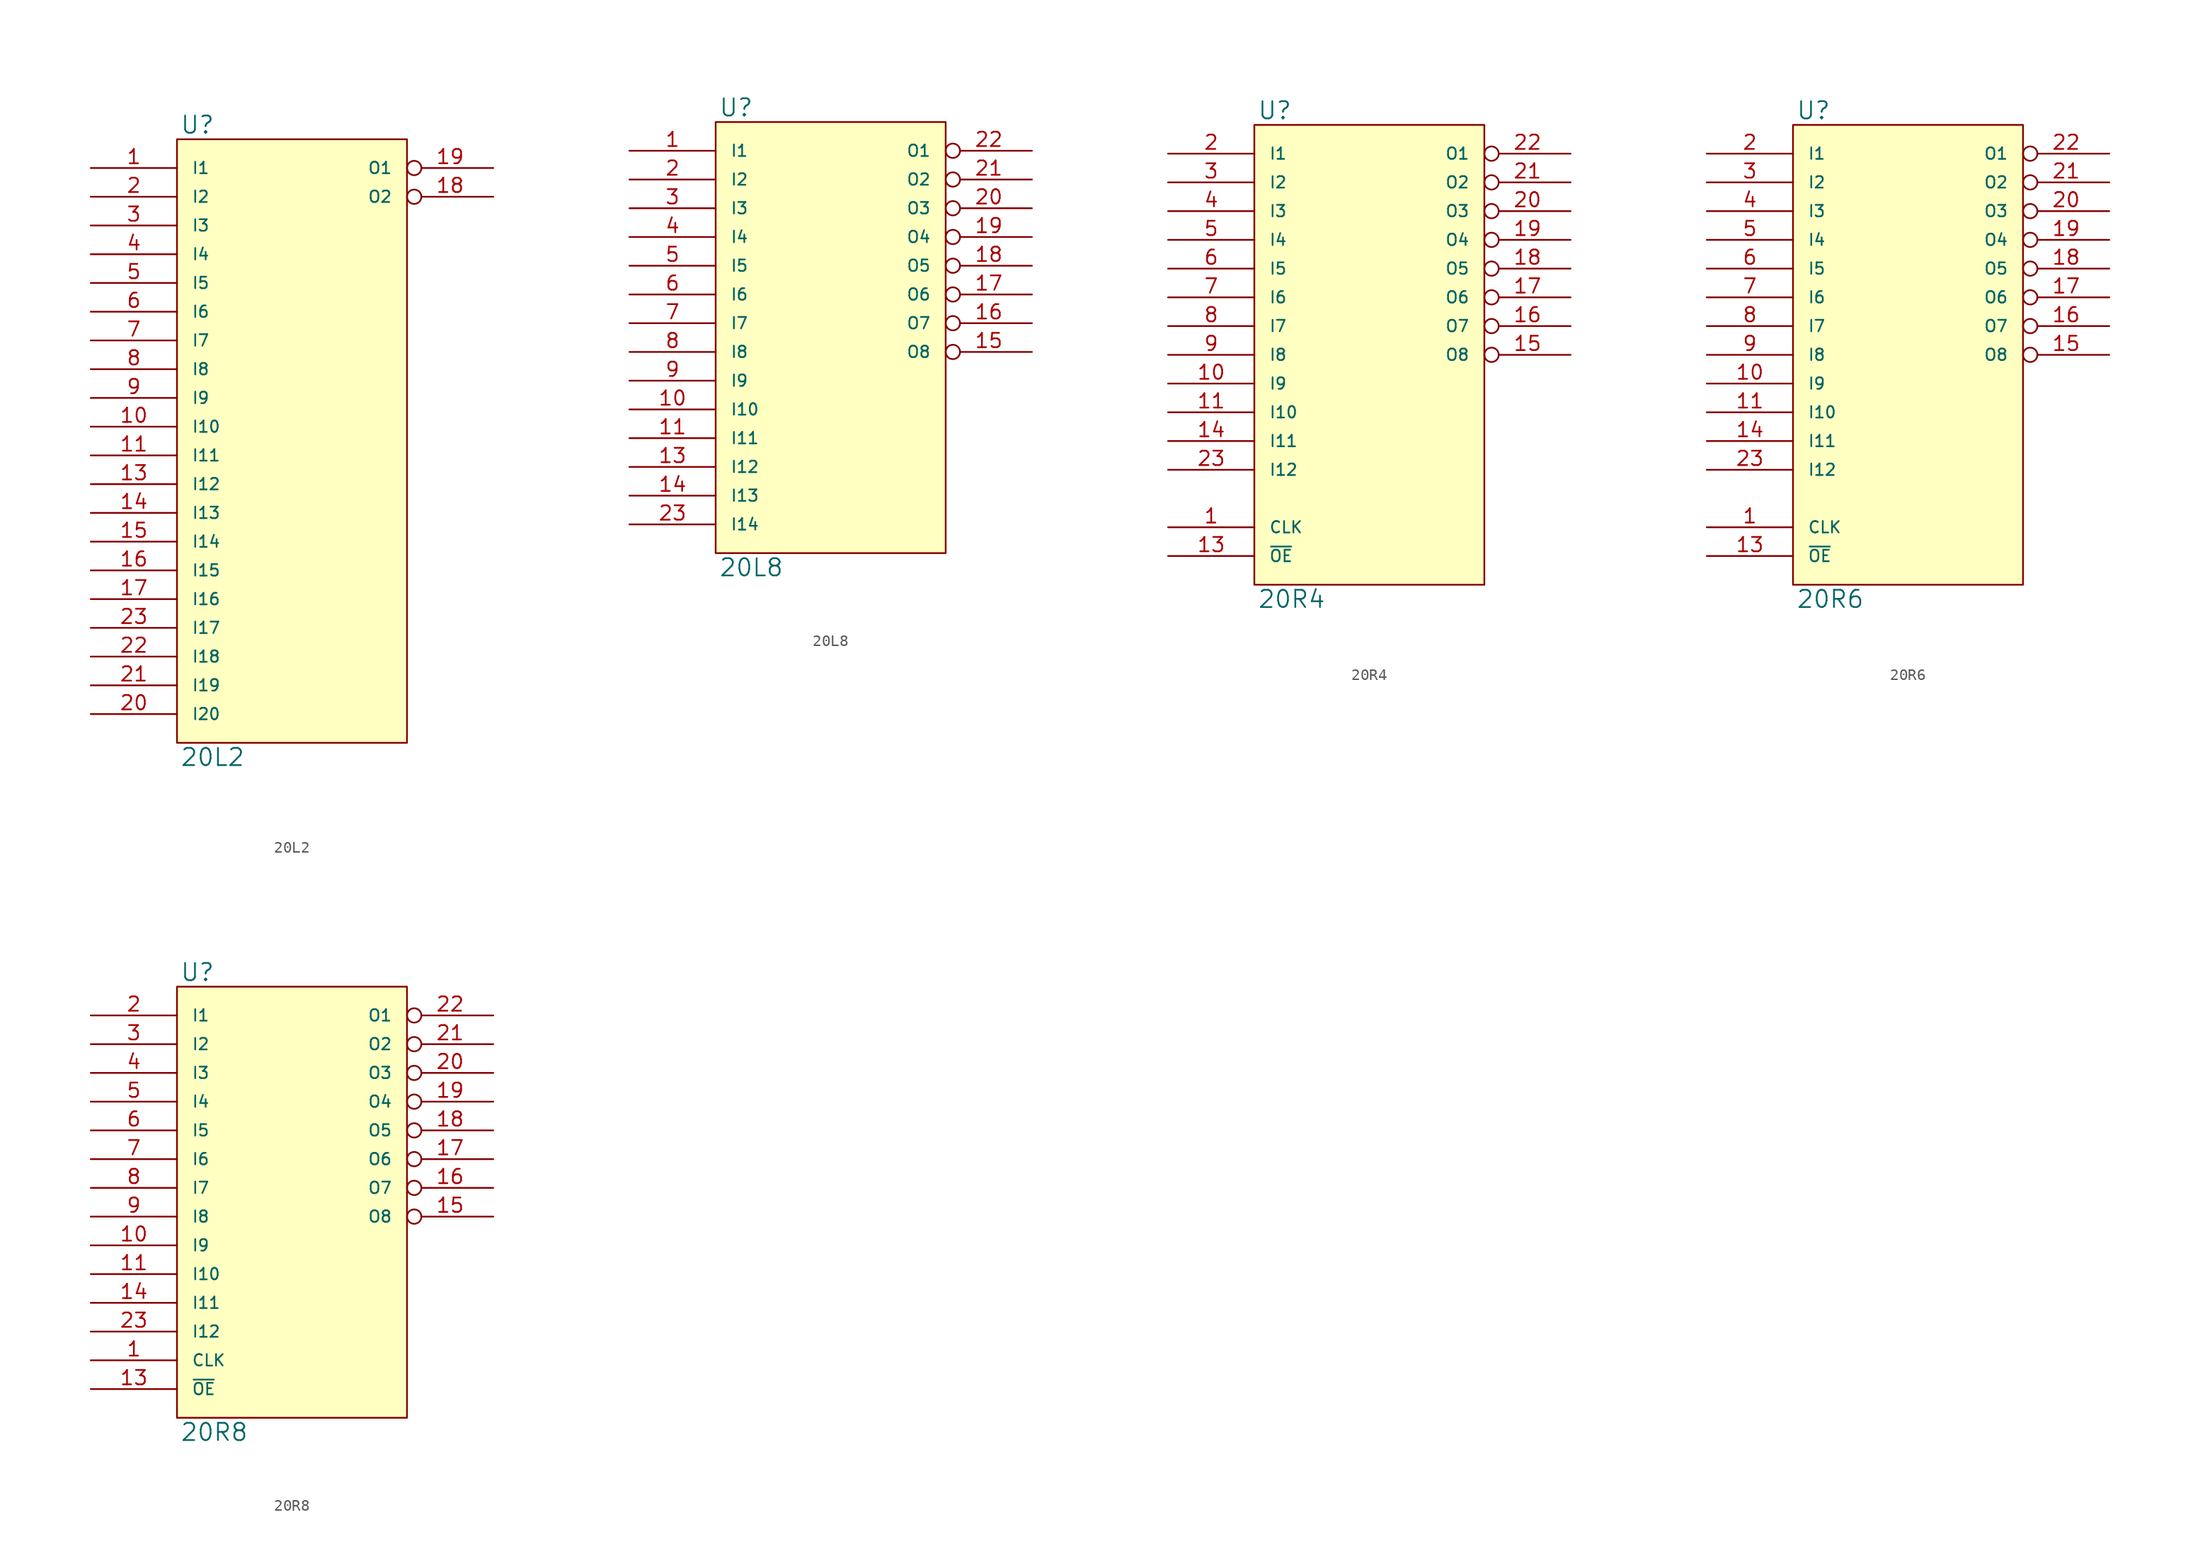
<source format=kicad_sym>
(kicad_symbol_lib
  (version 20231120)
  (generator "kicad_symbol_editor")
  (generator_version "8.0")
  (symbol "20L2"
    (pin_names
      (offset 1.27))
    (property "Reference" "U"
      (at 0.254 0.381 0)
      (effects (font (size 1.524 1.524)) (justify left bottom)))
    (property "Value" "20L2"
      (at 0.254 -53.721 0)
      (effects (font (size 1.524 1.524)) (justify left top)))
    (symbol "20L2_0_1"
      (rectangle (start 0 0) (end 20.32 -53.34) (stroke (width 0) (type solid)) (fill (type background))))
    (symbol "20L2_1_1"
      (pin input line (at -7.62 -2.54 0) (length 7.62) (name "I1" (effects (font (size 1.016 1.016)))) (number "1" (effects (font (size 1.27 1.27)))))
      (pin input line (at -7.62 -25.4 0) (length 7.62) (name "I10" (effects (font (size 1.016 1.016)))) (number "10" (effects (font (size 1.27 1.27)))))
      (pin input line (at -7.62 -27.94 0) (length 7.62) (name "I11" (effects (font (size 1.016 1.016)))) (number "11" (effects (font (size 1.27 1.27)))))
      (pin power_in line (at 0 -53.34 90) (length 0) hide (name "GND" (effects (font (size 1.016 1.016)))) (number "12" (effects (font (size 1.27 1.27)))))
      (pin input line (at -7.62 -30.48 0) (length 7.62) (name "I12" (effects (font (size 1.016 1.016)))) (number "13" (effects (font (size 1.27 1.27)))))
      (pin input line (at -7.62 -33.02 0) (length 7.62) (name "I13" (effects (font (size 1.016 1.016)))) (number "14" (effects (font (size 1.27 1.27)))))
      (pin input line (at -7.62 -35.56 0) (length 7.62) (name "I14" (effects (font (size 1.016 1.016)))) (number "15" (effects (font (size 1.27 1.27)))))
      (pin input line (at -7.62 -38.1 0) (length 7.62) (name "I15" (effects (font (size 1.016 1.016)))) (number "16" (effects (font (size 1.27 1.27)))))
      (pin input line (at -7.62 -40.64 0) (length 7.62) (name "I16" (effects (font (size 1.016 1.016)))) (number "17" (effects (font (size 1.27 1.27)))))
      (pin output inverted (at 27.94 -5.08 180) (length 7.62) (name "O2" (effects (font (size 1.016 1.016)))) (number "18" (effects (font (size 1.27 1.27)))))
      (pin output inverted (at 27.94 -2.54 180) (length 7.62) (name "O1" (effects (font (size 1.016 1.016)))) (number "19" (effects (font (size 1.27 1.27)))))
      (pin input line (at -7.62 -5.08 0) (length 7.62) (name "I2" (effects (font (size 1.016 1.016)))) (number "2" (effects (font (size 1.27 1.27)))))
      (pin input line (at -7.62 -50.8 0) (length 7.62) (name "I20" (effects (font (size 1.016 1.016)))) (number "20" (effects (font (size 1.27 1.27)))))
      (pin input line (at -7.62 -48.26 0) (length 7.62) (name "I19" (effects (font (size 1.016 1.016)))) (number "21" (effects (font (size 1.27 1.27)))))
      (pin input line (at -7.62 -45.72 0) (length 7.62) (name "I18" (effects (font (size 1.016 1.016)))) (number "22" (effects (font (size 1.27 1.27)))))
      (pin input line (at -7.62 -43.18 0) (length 7.62) (name "I17" (effects (font (size 1.016 1.016)))) (number "23" (effects (font (size 1.27 1.27)))))
      (pin power_in line (at 0 0 270) (length 0) hide (name "VCC" (effects (font (size 1.016 1.016)))) (number "24" (effects (font (size 1.27 1.27)))))
      (pin input line (at -7.62 -7.62 0) (length 7.62) (name "I3" (effects (font (size 1.016 1.016)))) (number "3" (effects (font (size 1.27 1.27)))))
      (pin input line (at -7.62 -10.16 0) (length 7.62) (name "I4" (effects (font (size 1.016 1.016)))) (number "4" (effects (font (size 1.27 1.27)))))
      (pin input line (at -7.62 -12.7 0) (length 7.62) (name "I5" (effects (font (size 1.016 1.016)))) (number "5" (effects (font (size 1.27 1.27)))))
      (pin input line (at -7.62 -15.24 0) (length 7.62) (name "I6" (effects (font (size 1.016 1.016)))) (number "6" (effects (font (size 1.27 1.27)))))
      (pin input line (at -7.62 -17.78 0) (length 7.62) (name "I7" (effects (font (size 1.016 1.016)))) (number "7" (effects (font (size 1.27 1.27)))))
      (pin input line (at -7.62 -20.32 0) (length 7.62) (name "I8" (effects (font (size 1.016 1.016)))) (number "8" (effects (font (size 1.27 1.27)))))
      (pin input line (at -7.62 -22.86 0) (length 7.62) (name "I9" (effects (font (size 1.016 1.016)))) (number "9" (effects (font (size 1.27 1.27)))))))
  (symbol "20L8"
    (pin_names
      (offset 1.27))
    (property "Reference" "U"
      (at 0.254 0.381 0)
      (effects (font (size 1.524 1.524)) (justify left bottom)))
    (property "Value" "20L8"
      (at 0.254 -38.481 0)
      (effects (font (size 1.524 1.524)) (justify left top)))
    (symbol "20L8_0_1"
      (rectangle (start 0 0) (end 20.32 -38.1) (stroke (width 0) (type solid)) (fill (type background))))
    (symbol "20L8_1_1"
      (pin input line (at -7.62 -2.54 0) (length 7.62) (name "I1" (effects (font (size 1.016 1.016)))) (number "1" (effects (font (size 1.27 1.27)))))
      (pin input line (at -7.62 -25.4 0) (length 7.62) (name "I10" (effects (font (size 1.016 1.016)))) (number "10" (effects (font (size 1.27 1.27)))))
      (pin input line (at -7.62 -27.94 0) (length 7.62) (name "I11" (effects (font (size 1.016 1.016)))) (number "11" (effects (font (size 1.27 1.27)))))
      (pin power_in line (at 0 -38.1 90) (length 0) hide (name "GND" (effects (font (size 1.016 1.016)))) (number "12" (effects (font (size 1.27 1.27)))))
      (pin input line (at -7.62 -30.48 0) (length 7.62) (name "I12" (effects (font (size 1.016 1.016)))) (number "13" (effects (font (size 1.27 1.27)))))
      (pin input line (at -7.62 -33.02 0) (length 7.62) (name "I13" (effects (font (size 1.016 1.016)))) (number "14" (effects (font (size 1.27 1.27)))))
      (pin output inverted (at 27.94 -20.32 180) (length 7.62) (name "O8" (effects (font (size 1.016 1.016)))) (number "15" (effects (font (size 1.27 1.27)))))
      (pin bidirectional inverted (at 27.94 -17.78 180) (length 7.62) (name "O7" (effects (font (size 1.016 1.016)))) (number "16" (effects (font (size 1.27 1.27)))))
      (pin bidirectional inverted (at 27.94 -15.24 180) (length 7.62) (name "O6" (effects (font (size 1.016 1.016)))) (number "17" (effects (font (size 1.27 1.27)))))
      (pin bidirectional inverted (at 27.94 -12.7 180) (length 7.62) (name "O5" (effects (font (size 1.016 1.016)))) (number "18" (effects (font (size 1.27 1.27)))))
      (pin bidirectional inverted (at 27.94 -10.16 180) (length 7.62) (name "O4" (effects (font (size 1.016 1.016)))) (number "19" (effects (font (size 1.27 1.27)))))
      (pin input line (at -7.62 -5.08 0) (length 7.62) (name "I2" (effects (font (size 1.016 1.016)))) (number "2" (effects (font (size 1.27 1.27)))))
      (pin bidirectional inverted (at 27.94 -7.62 180) (length 7.62) (name "O3" (effects (font (size 1.016 1.016)))) (number "20" (effects (font (size 1.27 1.27)))))
      (pin bidirectional inverted (at 27.94 -5.08 180) (length 7.62) (name "O2" (effects (font (size 1.016 1.016)))) (number "21" (effects (font (size 1.27 1.27)))))
      (pin output inverted (at 27.94 -2.54 180) (length 7.62) (name "O1" (effects (font (size 1.016 1.016)))) (number "22" (effects (font (size 1.27 1.27)))))
      (pin input line (at -7.62 -35.56 0) (length 7.62) (name "I14" (effects (font (size 1.016 1.016)))) (number "23" (effects (font (size 1.27 1.27)))))
      (pin power_in line (at 0 0 270) (length 0) hide (name "VCC" (effects (font (size 1.016 1.016)))) (number "24" (effects (font (size 1.27 1.27)))))
      (pin input line (at -7.62 -7.62 0) (length 7.62) (name "I3" (effects (font (size 1.016 1.016)))) (number "3" (effects (font (size 1.27 1.27)))))
      (pin input line (at -7.62 -10.16 0) (length 7.62) (name "I4" (effects (font (size 1.016 1.016)))) (number "4" (effects (font (size 1.27 1.27)))))
      (pin input line (at -7.62 -12.7 0) (length 7.62) (name "I5" (effects (font (size 1.016 1.016)))) (number "5" (effects (font (size 1.27 1.27)))))
      (pin input line (at -7.62 -15.24 0) (length 7.62) (name "I6" (effects (font (size 1.016 1.016)))) (number "6" (effects (font (size 1.27 1.27)))))
      (pin input line (at -7.62 -17.78 0) (length 7.62) (name "I7" (effects (font (size 1.016 1.016)))) (number "7" (effects (font (size 1.27 1.27)))))
      (pin input line (at -7.62 -20.32 0) (length 7.62) (name "I8" (effects (font (size 1.016 1.016)))) (number "8" (effects (font (size 1.27 1.27)))))
      (pin input line (at -7.62 -22.86 0) (length 7.62) (name "I9" (effects (font (size 1.016 1.016)))) (number "9" (effects (font (size 1.27 1.27)))))))
  (symbol "20R4"
    (pin_names
      (offset 1.27))
    (property "Reference" "U"
      (at 0.254 0.381 0)
      (effects (font (size 1.524 1.524)) (justify left bottom)))
    (property "Value" "20R4"
      (at 0.254 -41.021 0)
      (effects (font (size 1.524 1.524)) (justify left top)))
    (symbol "20R4_0_1"
      (rectangle (start 0 0) (end 20.32 -40.64) (stroke (width 0) (type solid)) (fill (type background))))
    (symbol "20R4_1_1"
      (pin input line (at -7.62 -35.56 0) (length 7.62) (name "CLK" (effects (font (size 1.016 1.016)))) (number "1" (effects (font (size 1.27 1.27)))))
      (pin input line (at -7.62 -22.86 0) (length 7.62) (name "I9" (effects (font (size 1.016 1.016)))) (number "10" (effects (font (size 1.27 1.27)))))
      (pin input line (at -7.62 -25.4 0) (length 7.62) (name "I10" (effects (font (size 1.016 1.016)))) (number "11" (effects (font (size 1.27 1.27)))))
      (pin power_in line (at 0 -40.64 90) (length 0) hide (name "GND" (effects (font (size 1.016 1.016)))) (number "12" (effects (font (size 1.27 1.27)))))
      (pin input line (at -7.62 -38.1 0) (length 7.62) (name "~{OE}" (effects (font (size 1.016 1.016)))) (number "13" (effects (font (size 1.27 1.27)))))
      (pin input line (at -7.62 -27.94 0) (length 7.62) (name "I11" (effects (font (size 1.016 1.016)))) (number "14" (effects (font (size 1.27 1.27)))))
      (pin bidirectional inverted (at 27.94 -20.32 180) (length 7.62) (name "O8" (effects (font (size 1.016 1.016)))) (number "15" (effects (font (size 1.27 1.27)))))
      (pin bidirectional inverted (at 27.94 -17.78 180) (length 7.62) (name "O7" (effects (font (size 1.016 1.016)))) (number "16" (effects (font (size 1.27 1.27)))))
      (pin tri_state inverted (at 27.94 -15.24 180) (length 7.62) (name "O6" (effects (font (size 1.016 1.016)))) (number "17" (effects (font (size 1.27 1.27)))))
      (pin tri_state inverted (at 27.94 -12.7 180) (length 7.62) (name "O5" (effects (font (size 1.016 1.016)))) (number "18" (effects (font (size 1.27 1.27)))))
      (pin tri_state inverted (at 27.94 -10.16 180) (length 7.62) (name "O4" (effects (font (size 1.016 1.016)))) (number "19" (effects (font (size 1.27 1.27)))))
      (pin input line (at -7.62 -2.54 0) (length 7.62) (name "I1" (effects (font (size 1.016 1.016)))) (number "2" (effects (font (size 1.27 1.27)))))
      (pin tri_state inverted (at 27.94 -7.62 180) (length 7.62) (name "O3" (effects (font (size 1.016 1.016)))) (number "20" (effects (font (size 1.27 1.27)))))
      (pin bidirectional inverted (at 27.94 -5.08 180) (length 7.62) (name "O2" (effects (font (size 1.016 1.016)))) (number "21" (effects (font (size 1.27 1.27)))))
      (pin bidirectional inverted (at 27.94 -2.54 180) (length 7.62) (name "O1" (effects (font (size 1.016 1.016)))) (number "22" (effects (font (size 1.27 1.27)))))
      (pin input line (at -7.62 -30.48 0) (length 7.62) (name "I12" (effects (font (size 1.016 1.016)))) (number "23" (effects (font (size 1.27 1.27)))))
      (pin power_in line (at 0 0 270) (length 0) hide (name "VCC" (effects (font (size 1.016 1.016)))) (number "24" (effects (font (size 1.27 1.27)))))
      (pin input line (at -7.62 -5.08 0) (length 7.62) (name "I2" (effects (font (size 1.016 1.016)))) (number "3" (effects (font (size 1.27 1.27)))))
      (pin input line (at -7.62 -7.62 0) (length 7.62) (name "I3" (effects (font (size 1.016 1.016)))) (number "4" (effects (font (size 1.27 1.27)))))
      (pin input line (at -7.62 -10.16 0) (length 7.62) (name "I4" (effects (font (size 1.016 1.016)))) (number "5" (effects (font (size 1.27 1.27)))))
      (pin input line (at -7.62 -12.7 0) (length 7.62) (name "I5" (effects (font (size 1.016 1.016)))) (number "6" (effects (font (size 1.27 1.27)))))
      (pin input line (at -7.62 -15.24 0) (length 7.62) (name "I6" (effects (font (size 1.016 1.016)))) (number "7" (effects (font (size 1.27 1.27)))))
      (pin input line (at -7.62 -17.78 0) (length 7.62) (name "I7" (effects (font (size 1.016 1.016)))) (number "8" (effects (font (size 1.27 1.27)))))
      (pin input line (at -7.62 -20.32 0) (length 7.62) (name "I8" (effects (font (size 1.016 1.016)))) (number "9" (effects (font (size 1.27 1.27)))))))
  (symbol "20R6"
    (pin_names
      (offset 1.27))
    (property "Reference" "U"
      (at 0.254 0.381 0)
      (effects (font (size 1.524 1.524)) (justify left bottom)))
    (property "Value" "20R6"
      (at 0.254 -41.021 0)
      (effects (font (size 1.524 1.524)) (justify left top)))
    (symbol "20R6_0_1"
      (rectangle (start 0 0) (end 20.32 -40.64) (stroke (width 0) (type solid)) (fill (type background))))
    (symbol "20R6_1_1"
      (pin input line (at -7.62 -35.56 0) (length 7.62) (name "CLK" (effects (font (size 1.016 1.016)))) (number "1" (effects (font (size 1.27 1.27)))))
      (pin input line (at -7.62 -22.86 0) (length 7.62) (name "I9" (effects (font (size 1.016 1.016)))) (number "10" (effects (font (size 1.27 1.27)))))
      (pin input line (at -7.62 -25.4 0) (length 7.62) (name "I10" (effects (font (size 1.016 1.016)))) (number "11" (effects (font (size 1.27 1.27)))))
      (pin power_in line (at 0 -40.64 90) (length 0) hide (name "GND" (effects (font (size 1.016 1.016)))) (number "12" (effects (font (size 1.27 1.27)))))
      (pin input line (at -7.62 -38.1 0) (length 7.62) (name "~{OE}" (effects (font (size 1.016 1.016)))) (number "13" (effects (font (size 1.27 1.27)))))
      (pin input line (at -7.62 -27.94 0) (length 7.62) (name "I11" (effects (font (size 1.016 1.016)))) (number "14" (effects (font (size 1.27 1.27)))))
      (pin bidirectional inverted (at 27.94 -20.32 180) (length 7.62) (name "O8" (effects (font (size 1.016 1.016)))) (number "15" (effects (font (size 1.27 1.27)))))
      (pin tri_state inverted (at 27.94 -17.78 180) (length 7.62) (name "O7" (effects (font (size 1.016 1.016)))) (number "16" (effects (font (size 1.27 1.27)))))
      (pin tri_state inverted (at 27.94 -15.24 180) (length 7.62) (name "O6" (effects (font (size 1.016 1.016)))) (number "17" (effects (font (size 1.27 1.27)))))
      (pin tri_state inverted (at 27.94 -12.7 180) (length 7.62) (name "O5" (effects (font (size 1.016 1.016)))) (number "18" (effects (font (size 1.27 1.27)))))
      (pin tri_state inverted (at 27.94 -10.16 180) (length 7.62) (name "O4" (effects (font (size 1.016 1.016)))) (number "19" (effects (font (size 1.27 1.27)))))
      (pin input line (at -7.62 -2.54 0) (length 7.62) (name "I1" (effects (font (size 1.016 1.016)))) (number "2" (effects (font (size 1.27 1.27)))))
      (pin tri_state inverted (at 27.94 -7.62 180) (length 7.62) (name "O3" (effects (font (size 1.016 1.016)))) (number "20" (effects (font (size 1.27 1.27)))))
      (pin tri_state inverted (at 27.94 -5.08 180) (length 7.62) (name "O2" (effects (font (size 1.016 1.016)))) (number "21" (effects (font (size 1.27 1.27)))))
      (pin bidirectional inverted (at 27.94 -2.54 180) (length 7.62) (name "O1" (effects (font (size 1.016 1.016)))) (number "22" (effects (font (size 1.27 1.27)))))
      (pin input line (at -7.62 -30.48 0) (length 7.62) (name "I12" (effects (font (size 1.016 1.016)))) (number "23" (effects (font (size 1.27 1.27)))))
      (pin power_in line (at 0 0 270) (length 0) hide (name "VCC" (effects (font (size 1.016 1.016)))) (number "24" (effects (font (size 1.27 1.27)))))
      (pin input line (at -7.62 -5.08 0) (length 7.62) (name "I2" (effects (font (size 1.016 1.016)))) (number "3" (effects (font (size 1.27 1.27)))))
      (pin input line (at -7.62 -7.62 0) (length 7.62) (name "I3" (effects (font (size 1.016 1.016)))) (number "4" (effects (font (size 1.27 1.27)))))
      (pin input line (at -7.62 -10.16 0) (length 7.62) (name "I4" (effects (font (size 1.016 1.016)))) (number "5" (effects (font (size 1.27 1.27)))))
      (pin input line (at -7.62 -12.7 0) (length 7.62) (name "I5" (effects (font (size 1.016 1.016)))) (number "6" (effects (font (size 1.27 1.27)))))
      (pin input line (at -7.62 -15.24 0) (length 7.62) (name "I6" (effects (font (size 1.016 1.016)))) (number "7" (effects (font (size 1.27 1.27)))))
      (pin input line (at -7.62 -17.78 0) (length 7.62) (name "I7" (effects (font (size 1.016 1.016)))) (number "8" (effects (font (size 1.27 1.27)))))
      (pin input line (at -7.62 -20.32 0) (length 7.62) (name "I8" (effects (font (size 1.016 1.016)))) (number "9" (effects (font (size 1.27 1.27)))))))
  (symbol "20R8"
    (pin_names
      (offset 1.27))
    (property "Reference" "U"
      (at 0.254 0.381 0)
      (effects (font (size 1.524 1.524)) (justify left bottom)))
    (property "Value" "20R8"
      (at 0.254 -38.481 0)
      (effects (font (size 1.524 1.524)) (justify left top)))
    (symbol "20R8_0_1"
      (rectangle (start 0 0) (end 20.32 -38.1) (stroke (width 0) (type solid)) (fill (type background))))
    (symbol "20R8_1_1"
      (pin input line (at -7.62 -33.02 0) (length 7.62) (name "CLK" (effects (font (size 1.016 1.016)))) (number "1" (effects (font (size 1.27 1.27)))))
      (pin input line (at -7.62 -22.86 0) (length 7.62) (name "I9" (effects (font (size 1.016 1.016)))) (number "10" (effects (font (size 1.27 1.27)))))
      (pin input line (at -7.62 -25.4 0) (length 7.62) (name "I10" (effects (font (size 1.016 1.016)))) (number "11" (effects (font (size 1.27 1.27)))))
      (pin power_in line (at 0 -38.1 90) (length 0) hide (name "GND" (effects (font (size 1.016 1.016)))) (number "12" (effects (font (size 1.27 1.27)))))
      (pin input line (at -7.62 -35.56 0) (length 7.62) (name "~{OE}" (effects (font (size 1.016 1.016)))) (number "13" (effects (font (size 1.27 1.27)))))
      (pin input line (at -7.62 -27.94 0) (length 7.62) (name "I11" (effects (font (size 1.016 1.016)))) (number "14" (effects (font (size 1.27 1.27)))))
      (pin tri_state inverted (at 27.94 -20.32 180) (length 7.62) (name "O8" (effects (font (size 1.016 1.016)))) (number "15" (effects (font (size 1.27 1.27)))))
      (pin tri_state inverted (at 27.94 -17.78 180) (length 7.62) (name "O7" (effects (font (size 1.016 1.016)))) (number "16" (effects (font (size 1.27 1.27)))))
      (pin tri_state inverted (at 27.94 -15.24 180) (length 7.62) (name "O6" (effects (font (size 1.016 1.016)))) (number "17" (effects (font (size 1.27 1.27)))))
      (pin tri_state inverted (at 27.94 -12.7 180) (length 7.62) (name "O5" (effects (font (size 1.016 1.016)))) (number "18" (effects (font (size 1.27 1.27)))))
      (pin tri_state inverted (at 27.94 -10.16 180) (length 7.62) (name "O4" (effects (font (size 1.016 1.016)))) (number "19" (effects (font (size 1.27 1.27)))))
      (pin input line (at -7.62 -2.54 0) (length 7.62) (name "I1" (effects (font (size 1.016 1.016)))) (number "2" (effects (font (size 1.27 1.27)))))
      (pin tri_state inverted (at 27.94 -7.62 180) (length 7.62) (name "O3" (effects (font (size 1.016 1.016)))) (number "20" (effects (font (size 1.27 1.27)))))
      (pin tri_state inverted (at 27.94 -5.08 180) (length 7.62) (name "O2" (effects (font (size 1.016 1.016)))) (number "21" (effects (font (size 1.27 1.27)))))
      (pin tri_state inverted (at 27.94 -2.54 180) (length 7.62) (name "O1" (effects (font (size 1.016 1.016)))) (number "22" (effects (font (size 1.27 1.27)))))
      (pin input line (at -7.62 -30.48 0) (length 7.62) (name "I12" (effects (font (size 1.016 1.016)))) (number "23" (effects (font (size 1.27 1.27)))))
      (pin power_in line (at 0 0 270) (length 0) hide (name "VCC" (effects (font (size 1.016 1.016)))) (number "24" (effects (font (size 1.27 1.27)))))
      (pin input line (at -7.62 -5.08 0) (length 7.62) (name "I2" (effects (font (size 1.016 1.016)))) (number "3" (effects (font (size 1.27 1.27)))))
      (pin input line (at -7.62 -7.62 0) (length 7.62) (name "I3" (effects (font (size 1.016 1.016)))) (number "4" (effects (font (size 1.27 1.27)))))
      (pin input line (at -7.62 -10.16 0) (length 7.62) (name "I4" (effects (font (size 1.016 1.016)))) (number "5" (effects (font (size 1.27 1.27)))))
      (pin input line (at -7.62 -12.7 0) (length 7.62) (name "I5" (effects (font (size 1.016 1.016)))) (number "6" (effects (font (size 1.27 1.27)))))
      (pin input line (at -7.62 -15.24 0) (length 7.62) (name "I6" (effects (font (size 1.016 1.016)))) (number "7" (effects (font (size 1.27 1.27)))))
      (pin input line (at -7.62 -17.78 0) (length 7.62) (name "I7" (effects (font (size 1.016 1.016)))) (number "8" (effects (font (size 1.27 1.27)))))
      (pin input line (at -7.62 -20.32 0) (length 7.62) (name "I8" (effects (font (size 1.016 1.016)))) (number "9" (effects (font (size 1.27 1.27))))))))
</source>
